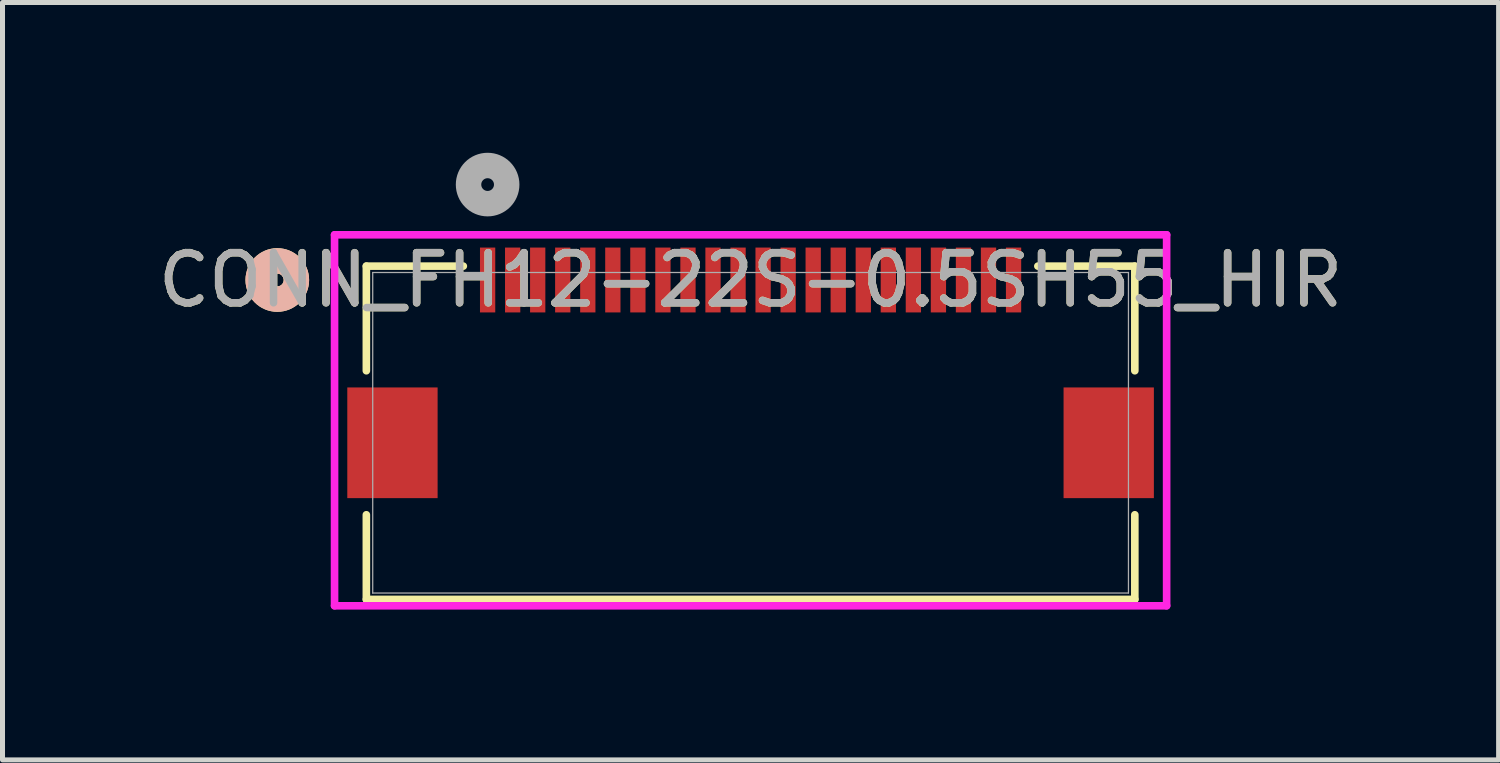
<source format=kicad_pcb>
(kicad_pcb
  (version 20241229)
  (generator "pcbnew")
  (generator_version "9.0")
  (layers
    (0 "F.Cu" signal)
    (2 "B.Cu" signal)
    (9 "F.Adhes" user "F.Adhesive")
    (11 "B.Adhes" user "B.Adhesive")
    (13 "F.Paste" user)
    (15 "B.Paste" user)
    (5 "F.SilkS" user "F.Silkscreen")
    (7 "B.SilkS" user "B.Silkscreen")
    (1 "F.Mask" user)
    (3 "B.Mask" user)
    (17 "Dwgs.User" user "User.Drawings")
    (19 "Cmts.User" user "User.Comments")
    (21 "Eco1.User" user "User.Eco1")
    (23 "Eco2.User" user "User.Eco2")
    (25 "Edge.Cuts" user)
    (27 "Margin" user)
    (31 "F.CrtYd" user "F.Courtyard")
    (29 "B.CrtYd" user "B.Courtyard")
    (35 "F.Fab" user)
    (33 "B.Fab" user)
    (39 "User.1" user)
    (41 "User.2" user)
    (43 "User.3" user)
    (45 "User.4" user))
  (footprint "CONN_FH12-22S-0.5SH55_HIR"
    (layer "F.Cu")
    (at 11.935 5.59)
    (property "Reference" "CONN_FH12-22S-0.5SH55_HIR" (at 0 -3.05 0) (unlocked yes) (layer "F.SilkS") (effects (font (size 1 1) (thickness 0.15))))
    (attr smd)
    (fp_line (start -7.671 -3.327) (end -7.671 -1.238) (stroke (width 0.152) (type solid)) (layer "F.SilkS"))
    (fp_line (start -7.671 1.637) (end -7.671 3.327) (stroke (width 0.152) (type solid)) (layer "F.SilkS"))
    (fp_line (start -7.671 3.327) (end 7.671 3.327) (stroke (width 0.152) (type solid)) (layer "F.SilkS"))
    (fp_line (start -5.735 -3.327) (end -7.671 -3.327) (stroke (width 0.152) (type solid)) (layer "F.SilkS"))
    (fp_line (start 7.671 -3.327) (end 5.735 -3.327) (stroke (width 0.152) (type solid)) (layer "F.SilkS"))
    (fp_line (start 7.671 -1.238) (end 7.671 -3.327) (stroke (width 0.152) (type solid)) (layer "F.SilkS"))
    (fp_line (start 7.671 3.327) (end 7.671 1.637) (stroke (width 0.152) (type solid)) (layer "F.SilkS"))
    (fp_circle (center -9.449 -3.05) (end -9.068 -3.05) (stroke (width 0.508) (type solid)) (fill no) (layer "F.SilkS"))
    (fp_circle (center -9.449 -3.05) (end -9.068 -3.05) (stroke (width 0.508) (type solid)) (fill no) (layer "B.SilkS"))
    (fp_line (start -8.306 -3.952) (end -8.306 3.454) (stroke (width 0.152) (type solid)) (layer "F.CrtYd"))
    (fp_line (start -8.306 3.454) (end 8.306 3.454) (stroke (width 0.152) (type solid)) (layer "F.CrtYd"))
    (fp_line (start 8.306 -3.952) (end -8.306 -3.952) (stroke (width 0.152) (type solid)) (layer "F.CrtYd"))
    (fp_line (start 8.306 3.454) (end 8.306 -3.952) (stroke (width 0.152) (type solid)) (layer "F.CrtYd"))
    (fp_line (start -7.544 -3.2) (end -7.544 3.2) (stroke (width 0.025) (type solid)) (layer "F.Fab"))
    (fp_line (start -7.544 3.2) (end 7.544 3.2) (stroke (width 0.025) (type solid)) (layer "F.Fab"))
    (fp_line (start 7.544 -3.2) (end -7.544 -3.2) (stroke (width 0.025) (type solid)) (layer "F.Fab"))
    (fp_line (start 7.544 3.2) (end 7.544 -3.2) (stroke (width 0.025) (type solid)) (layer "F.Fab"))
    (fp_circle (center -5.25 -4.955) (end -4.869 -4.955) (stroke (width 0.508) (type solid)) (fill no) (layer "F.Fab"))
    (fp_text user "${REFERENCE}" (at 0 -3.05 0) (unlocked yes) (layer "F.Fab") (effects (font (size 1 1) (thickness 0.15))))
    (pad "1" smd rect (at -5.25 -3.05) (size 0.305 1.295) (layers "F.Cu" "F.Mask" "F.Paste"))
    (pad "2" smd rect (at -4.75 -3.05) (size 0.305 1.295) (layers "F.Cu" "F.Mask" "F.Paste"))
    (pad "3" smd rect (at -4.25 -3.05) (size 0.305 1.295) (layers "F.Cu" "F.Mask" "F.Paste"))
    (pad "4" smd rect (at -3.75 -3.05) (size 0.305 1.295) (layers "F.Cu" "F.Mask" "F.Paste"))
    (pad "5" smd rect (at -3.25 -3.05) (size 0.305 1.295) (layers "F.Cu" "F.Mask" "F.Paste"))
    (pad "6" smd rect (at -2.75 -3.05) (size 0.305 1.295) (layers "F.Cu" "F.Mask" "F.Paste"))
    (pad "7" smd rect (at -2.25 -3.05) (size 0.305 1.295) (layers "F.Cu" "F.Mask" "F.Paste"))
    (pad "8" smd rect (at -1.75 -3.05) (size 0.305 1.295) (layers "F.Cu" "F.Mask" "F.Paste"))
    (pad "9" smd rect (at -1.25 -3.05) (size 0.305 1.295) (layers "F.Cu" "F.Mask" "F.Paste"))
    (pad "10" smd rect (at -0.75 -3.05) (size 0.305 1.295) (layers "F.Cu" "F.Mask" "F.Paste"))
    (pad "11" smd rect (at -0.25 -3.05) (size 0.305 1.295) (layers "F.Cu" "F.Mask" "F.Paste"))
    (pad "12" smd rect (at 0.25 -3.05) (size 0.305 1.295) (layers "F.Cu" "F.Mask" "F.Paste"))
    (pad "13" smd rect (at 0.75 -3.05) (size 0.305 1.295) (layers "F.Cu" "F.Mask" "F.Paste"))
    (pad "14" smd rect (at 1.25 -3.05) (size 0.305 1.295) (layers "F.Cu" "F.Mask" "F.Paste"))
    (pad "15" smd rect (at 1.75 -3.05) (size 0.305 1.295) (layers "F.Cu" "F.Mask" "F.Paste"))
    (pad "16" smd rect (at 2.25 -3.05) (size 0.305 1.295) (layers "F.Cu" "F.Mask" "F.Paste"))
    (pad "17" smd rect (at 2.75 -3.05) (size 0.305 1.295) (layers "F.Cu" "F.Mask" "F.Paste"))
    (pad "18" smd rect (at 3.25 -3.05) (size 0.305 1.295) (layers "F.Cu" "F.Mask" "F.Paste"))
    (pad "19" smd rect (at 3.75 -3.05) (size 0.305 1.295) (layers "F.Cu" "F.Mask" "F.Paste"))
    (pad "20" smd rect (at 4.25 -3.05) (size 0.305 1.295) (layers "F.Cu" "F.Mask" "F.Paste"))
    (pad "21" smd rect (at 4.75 -3.05) (size 0.305 1.295) (layers "F.Cu" "F.Mask" "F.Paste"))
    (pad "22" smd rect (at 5.25 -3.05) (size 0.305 1.295) (layers "F.Cu" "F.Mask" "F.Paste"))
    (pad "23" smd rect (at -7.15 0.2) (size 1.803 2.21) (layers "F.Cu" "F.Mask" "F.Paste"))
    (pad "24" smd rect (at 7.15 0.2) (size 1.803 2.21) (layers "F.Cu" "F.Mask" "F.Paste")))
  (gr_rect
    (start -3 -3)
    (end 26.869 12.121)
    (stroke (width 0.1) (type default))
    (fill no)
    (layer "Edge.Cuts")))
</source>
